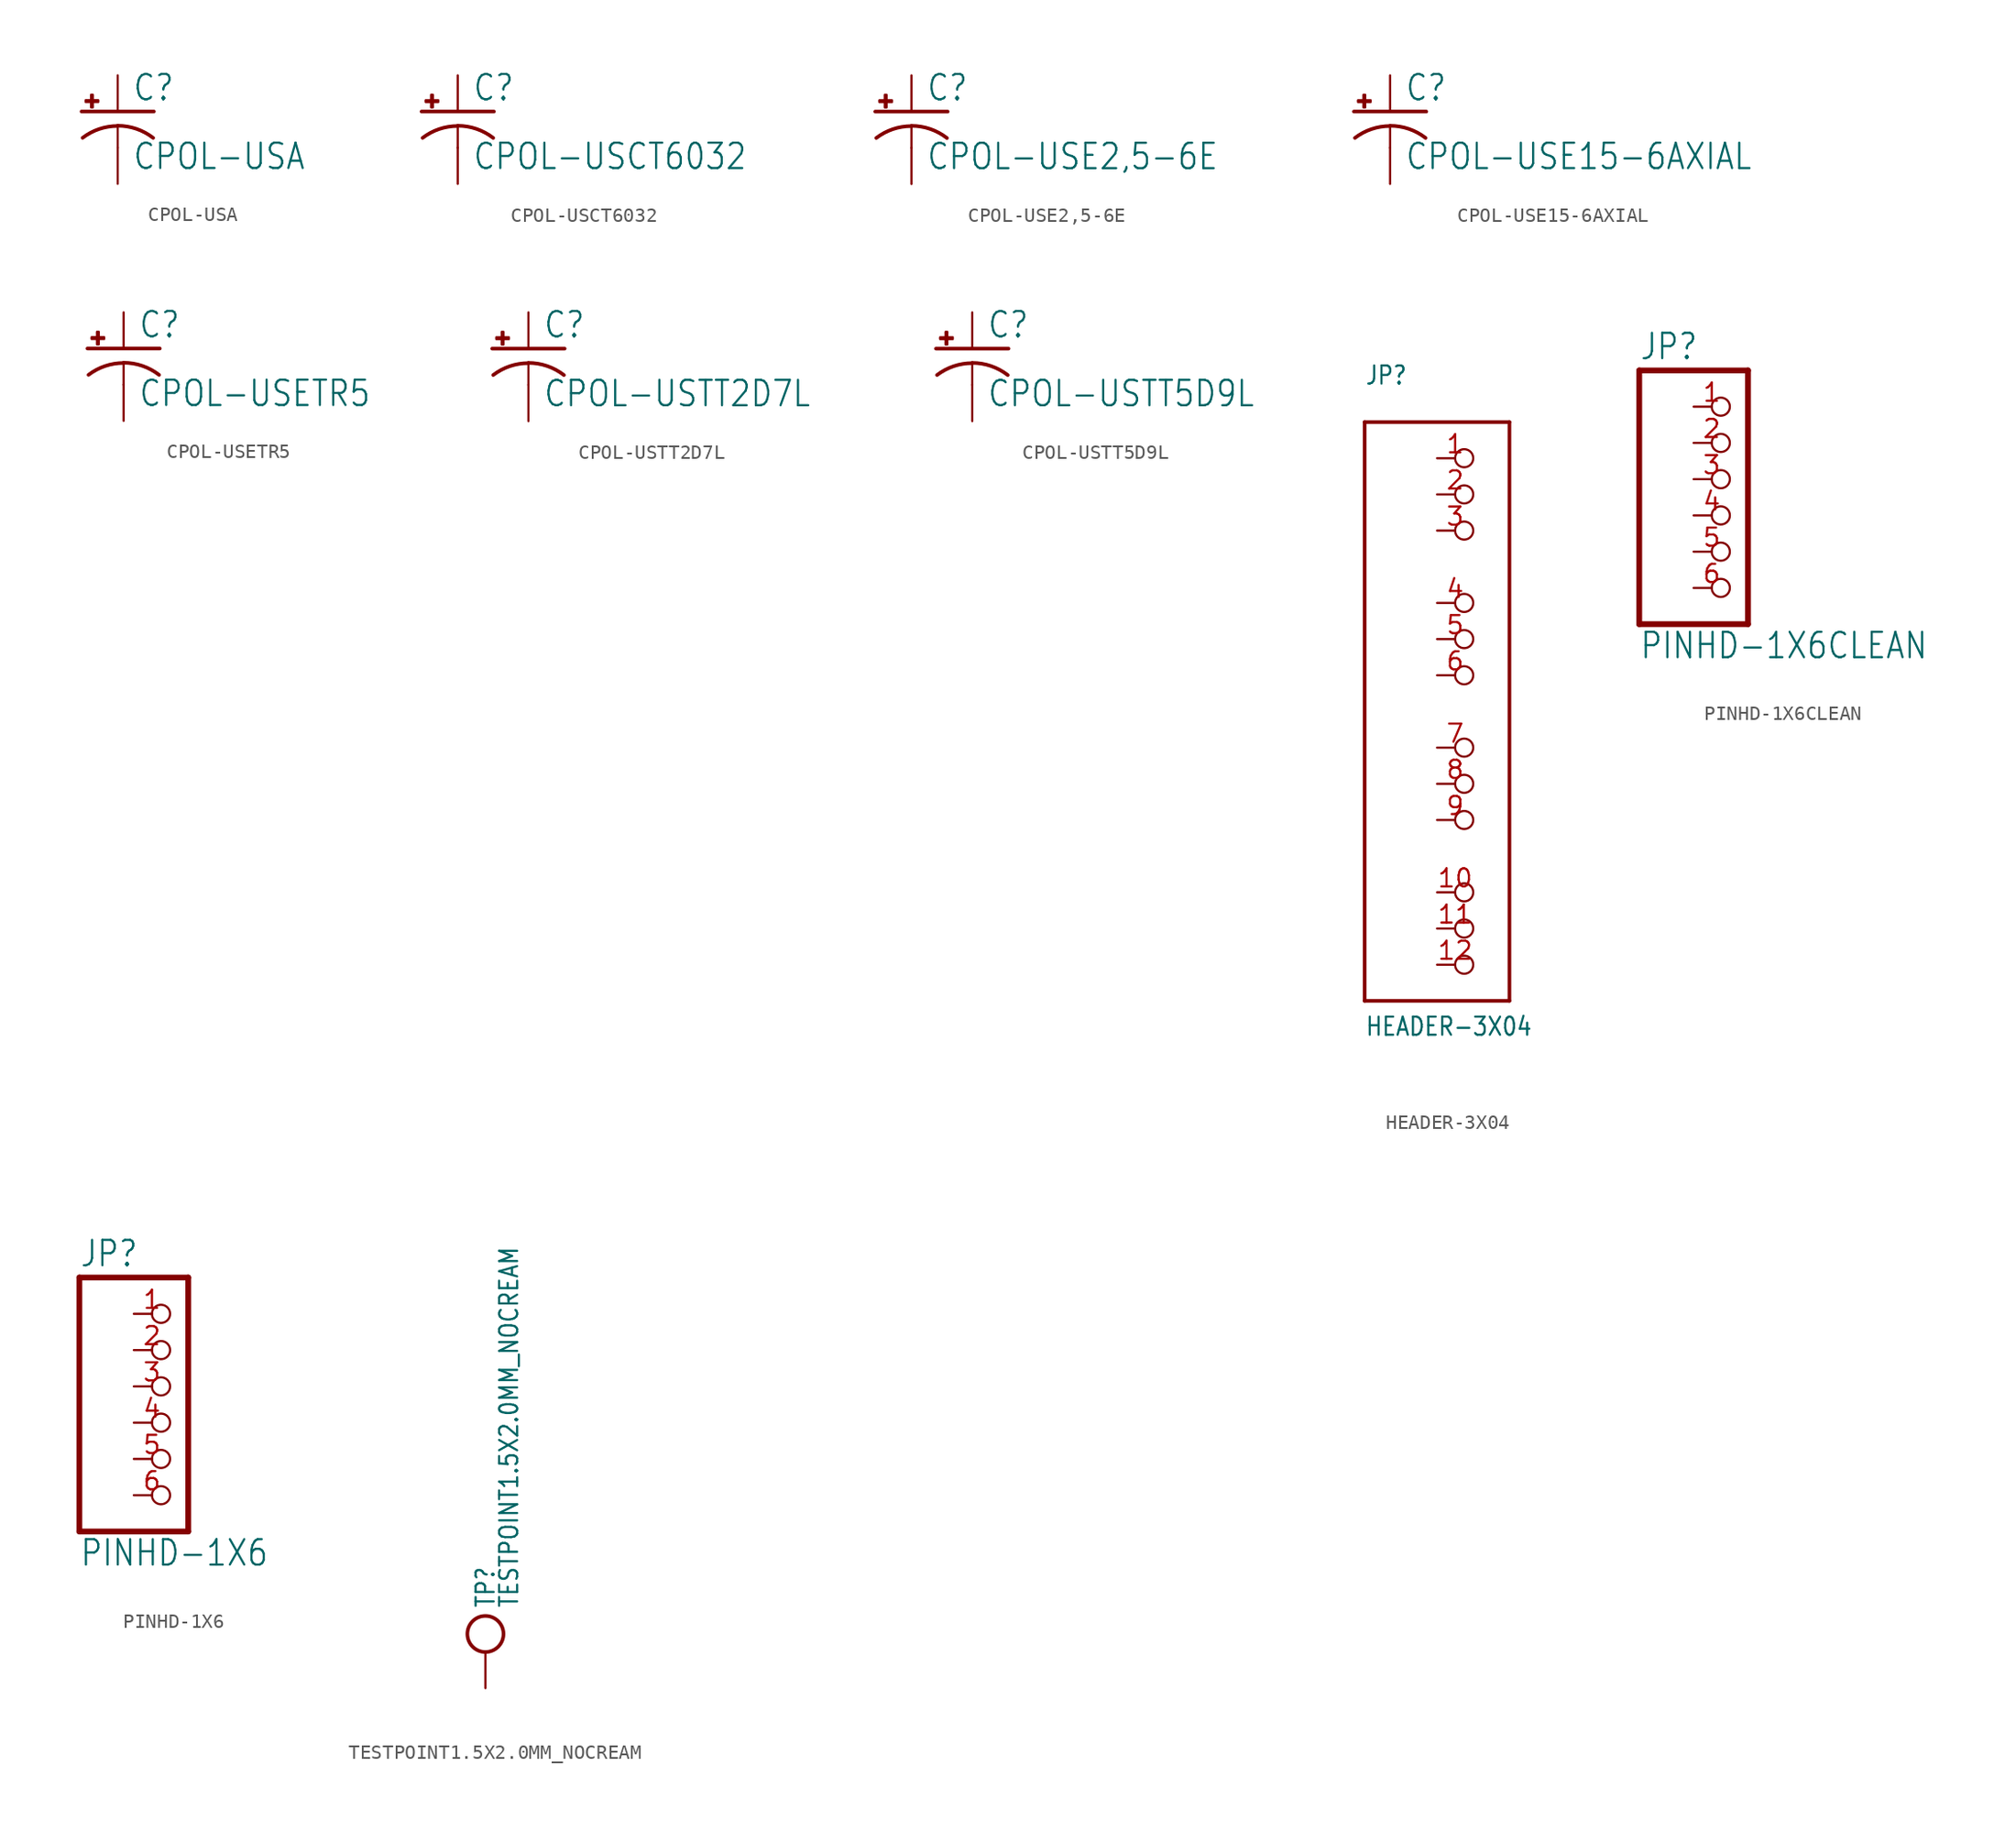
<source format=kicad_sym>
(kicad_symbol_lib
  (version 20211014)
  (generator kicad_symbol_editor)
  (symbol "CPOL-USA"
    (property "Reference" "C"
      (at 1.016 0.635 0)
      (effects (font (size 1.778 1.511)) (justify left bottom)))
    (property "Value" "CPOL-USA"
      (at 1.016 -4.191 0)
      (effects (font (size 1.778 1.511)) (justify left bottom)))
    (property "ki_locked" ""
      (at 0 0 0)
      (effects (font (size 1.27 1.27))))
    (symbol "CPOL-USA_1_0"
      (rectangle (start -2.253 0.668) (end -1.364 0.795) (stroke (width 0) (type default) (color 0 0 0 0)) (fill (type outline)))
      (rectangle (start -1.872 0.287) (end -1.745 1.176) (stroke (width 0) (type default) (color 0 0 0 0)) (fill (type outline)))
      (arc (start 0 -1.0161) (mid -1.3021 -1.2302) (end -2.4669 -1.8504) (stroke (width 0.254) (type default) (color 0 0 0 0)) (fill (type none)))
      (polyline (pts (xy -2.54 0) (xy 2.54 0)) (stroke (width 0.254) (type default) (color 0 0 0 0)) (fill (type none)))
      (polyline (pts (xy 0 -1.016) (xy 0 -2.54)) (stroke (width 0.152) (type default) (color 0 0 0 0)) (fill (type none)))
      (arc (start 2.4892 -1.8542) (mid 1.3158 -1.2195) (end 0 -1) (stroke (width 0.254) (type default) (color 0 0 0 0)) (fill (type none)))
      (pin passive line (at 0 2.54 270) (length 2.54) (name "+" (effects (font (size 0 0)))) (number "+" (effects (font (size 0 0)))))
      (pin passive line (at 0 -5.08 90) (length 2.54) (name "-" (effects (font (size 0 0)))) (number "-" (effects (font (size 0 0)))))))
  (symbol "CPOL-USCT6032"
    (property "Reference" "C"
      (at 1.016 0.635 0)
      (effects (font (size 1.778 1.511)) (justify left bottom)))
    (property "Value" "CPOL-USCT6032"
      (at 1.016 -4.191 0)
      (effects (font (size 1.778 1.511)) (justify left bottom)))
    (property "ki_locked" ""
      (at 0 0 0)
      (effects (font (size 1.27 1.27))))
    (symbol "CPOL-USCT6032_1_0"
      (rectangle (start -2.253 0.668) (end -1.364 0.795) (stroke (width 0) (type default) (color 0 0 0 0)) (fill (type outline)))
      (rectangle (start -1.872 0.287) (end -1.745 1.176) (stroke (width 0) (type default) (color 0 0 0 0)) (fill (type outline)))
      (arc (start 0 -1.0161) (mid -1.3021 -1.2302) (end -2.4669 -1.8504) (stroke (width 0.254) (type default) (color 0 0 0 0)) (fill (type none)))
      (polyline (pts (xy -2.54 0) (xy 2.54 0)) (stroke (width 0.254) (type default) (color 0 0 0 0)) (fill (type none)))
      (polyline (pts (xy 0 -1.016) (xy 0 -2.54)) (stroke (width 0.152) (type default) (color 0 0 0 0)) (fill (type none)))
      (arc (start 2.4892 -1.8542) (mid 1.3158 -1.2195) (end 0 -1) (stroke (width 0.254) (type default) (color 0 0 0 0)) (fill (type none)))
      (pin passive line (at 0 2.54 270) (length 2.54) (name "+" (effects (font (size 0 0)))) (number "+" (effects (font (size 0 0)))))
      (pin passive line (at 0 -5.08 90) (length 2.54) (name "-" (effects (font (size 0 0)))) (number "-" (effects (font (size 0 0)))))))
  (symbol "CPOL-USE2,5-6E"
    (property "Reference" "C"
      (at 1.016 0.635 0)
      (effects (font (size 1.778 1.511)) (justify left bottom)))
    (property "Value" "CPOL-USE2,5-6E"
      (at 1.016 -4.191 0)
      (effects (font (size 1.778 1.511)) (justify left bottom)))
    (property "ki_locked" ""
      (at 0 0 0)
      (effects (font (size 1.27 1.27))))
    (symbol "CPOL-USE2,5-6E_1_0"
      (rectangle (start -2.253 0.668) (end -1.364 0.795) (stroke (width 0) (type default) (color 0 0 0 0)) (fill (type outline)))
      (rectangle (start -1.872 0.287) (end -1.745 1.176) (stroke (width 0) (type default) (color 0 0 0 0)) (fill (type outline)))
      (arc (start 0 -1.0161) (mid -1.3021 -1.2302) (end -2.4669 -1.8504) (stroke (width 0.254) (type default) (color 0 0 0 0)) (fill (type none)))
      (polyline (pts (xy -2.54 0) (xy 2.54 0)) (stroke (width 0.254) (type default) (color 0 0 0 0)) (fill (type none)))
      (polyline (pts (xy 0 -1.016) (xy 0 -2.54)) (stroke (width 0.152) (type default) (color 0 0 0 0)) (fill (type none)))
      (arc (start 2.4892 -1.8542) (mid 1.3158 -1.2195) (end 0 -1) (stroke (width 0.254) (type default) (color 0 0 0 0)) (fill (type none)))
      (pin passive line (at 0 2.54 270) (length 2.54) (name "+" (effects (font (size 0 0)))) (number "+" (effects (font (size 0 0)))))
      (pin passive line (at 0 -5.08 90) (length 2.54) (name "-" (effects (font (size 0 0)))) (number "-" (effects (font (size 0 0)))))))
  (symbol "CPOL-USE15-6AXIAL"
    (property "Reference" "C"
      (at 1.016 0.635 0)
      (effects (font (size 1.778 1.511)) (justify left bottom)))
    (property "Value" "CPOL-USE15-6AXIAL"
      (at 1.016 -4.191 0)
      (effects (font (size 1.778 1.511)) (justify left bottom)))
    (property "ki_locked" ""
      (at 0 0 0)
      (effects (font (size 1.27 1.27))))
    (symbol "CPOL-USE15-6AXIAL_1_0"
      (rectangle (start -2.253 0.668) (end -1.364 0.795) (stroke (width 0) (type default) (color 0 0 0 0)) (fill (type outline)))
      (rectangle (start -1.872 0.287) (end -1.745 1.176) (stroke (width 0) (type default) (color 0 0 0 0)) (fill (type outline)))
      (arc (start 0 -1.0161) (mid -1.3021 -1.2302) (end -2.4669 -1.8504) (stroke (width 0.254) (type default) (color 0 0 0 0)) (fill (type none)))
      (polyline (pts (xy -2.54 0) (xy 2.54 0)) (stroke (width 0.254) (type default) (color 0 0 0 0)) (fill (type none)))
      (polyline (pts (xy 0 -1.016) (xy 0 -2.54)) (stroke (width 0.152) (type default) (color 0 0 0 0)) (fill (type none)))
      (arc (start 2.4892 -1.8542) (mid 1.3158 -1.2195) (end 0 -1) (stroke (width 0.254) (type default) (color 0 0 0 0)) (fill (type none)))
      (pin passive line (at 0 2.54 270) (length 2.54) (name "+" (effects (font (size 0 0)))) (number "+" (effects (font (size 0 0)))))
      (pin passive line (at 0 -5.08 90) (length 2.54) (name "-" (effects (font (size 0 0)))) (number "-" (effects (font (size 0 0)))))))
  (symbol "CPOL-USETR5"
    (property "Reference" "C"
      (at 1.016 0.635 0)
      (effects (font (size 1.778 1.511)) (justify left bottom)))
    (property "Value" "CPOL-USETR5"
      (at 1.016 -4.191 0)
      (effects (font (size 1.778 1.511)) (justify left bottom)))
    (property "ki_locked" ""
      (at 0 0 0)
      (effects (font (size 1.27 1.27))))
    (symbol "CPOL-USETR5_1_0"
      (rectangle (start -2.253 0.668) (end -1.364 0.795) (stroke (width 0) (type default) (color 0 0 0 0)) (fill (type outline)))
      (rectangle (start -1.872 0.287) (end -1.745 1.176) (stroke (width 0) (type default) (color 0 0 0 0)) (fill (type outline)))
      (arc (start 0 -1.0161) (mid -1.3021 -1.2302) (end -2.4669 -1.8504) (stroke (width 0.254) (type default) (color 0 0 0 0)) (fill (type none)))
      (polyline (pts (xy -2.54 0) (xy 2.54 0)) (stroke (width 0.254) (type default) (color 0 0 0 0)) (fill (type none)))
      (polyline (pts (xy 0 -1.016) (xy 0 -2.54)) (stroke (width 0.152) (type default) (color 0 0 0 0)) (fill (type none)))
      (arc (start 2.4892 -1.8542) (mid 1.3158 -1.2195) (end 0 -1) (stroke (width 0.254) (type default) (color 0 0 0 0)) (fill (type none)))
      (pin passive line (at 0 2.54 270) (length 2.54) (name "+" (effects (font (size 0 0)))) (number "+" (effects (font (size 0 0)))))
      (pin passive line (at 0 -5.08 90) (length 2.54) (name "-" (effects (font (size 0 0)))) (number "-" (effects (font (size 0 0)))))))
  (symbol "CPOL-USTT2D7L"
    (property "Reference" "C"
      (at 1.016 0.635 0)
      (effects (font (size 1.778 1.511)) (justify left bottom)))
    (property "Value" "CPOL-USTT2D7L"
      (at 1.016 -4.191 0)
      (effects (font (size 1.778 1.511)) (justify left bottom)))
    (property "ki_locked" ""
      (at 0 0 0)
      (effects (font (size 1.27 1.27))))
    (symbol "CPOL-USTT2D7L_1_0"
      (rectangle (start -2.253 0.668) (end -1.364 0.795) (stroke (width 0) (type default) (color 0 0 0 0)) (fill (type outline)))
      (rectangle (start -1.872 0.287) (end -1.745 1.176) (stroke (width 0) (type default) (color 0 0 0 0)) (fill (type outline)))
      (arc (start 0 -1.0161) (mid -1.3021 -1.2302) (end -2.4669 -1.8504) (stroke (width 0.254) (type default) (color 0 0 0 0)) (fill (type none)))
      (polyline (pts (xy -2.54 0) (xy 2.54 0)) (stroke (width 0.254) (type default) (color 0 0 0 0)) (fill (type none)))
      (polyline (pts (xy 0 -1.016) (xy 0 -2.54)) (stroke (width 0.152) (type default) (color 0 0 0 0)) (fill (type none)))
      (arc (start 2.4892 -1.8542) (mid 1.3158 -1.2195) (end 0 -1) (stroke (width 0.254) (type default) (color 0 0 0 0)) (fill (type none)))
      (pin passive line (at 0 2.54 270) (length 2.54) (name "+" (effects (font (size 0 0)))) (number "+" (effects (font (size 0 0)))))
      (pin passive line (at 0 -5.08 90) (length 2.54) (name "-" (effects (font (size 0 0)))) (number "-" (effects (font (size 0 0)))))))
  (symbol "CPOL-USTT5D9L"
    (property "Reference" "C"
      (at 1.016 0.635 0)
      (effects (font (size 1.778 1.511)) (justify left bottom)))
    (property "Value" "CPOL-USTT5D9L"
      (at 1.016 -4.191 0)
      (effects (font (size 1.778 1.511)) (justify left bottom)))
    (property "ki_locked" ""
      (at 0 0 0)
      (effects (font (size 1.27 1.27))))
    (symbol "CPOL-USTT5D9L_1_0"
      (rectangle (start -2.253 0.668) (end -1.364 0.795) (stroke (width 0) (type default) (color 0 0 0 0)) (fill (type outline)))
      (rectangle (start -1.872 0.287) (end -1.745 1.176) (stroke (width 0) (type default) (color 0 0 0 0)) (fill (type outline)))
      (arc (start 0 -1.0161) (mid -1.3021 -1.2302) (end -2.4669 -1.8504) (stroke (width 0.254) (type default) (color 0 0 0 0)) (fill (type none)))
      (polyline (pts (xy -2.54 0) (xy 2.54 0)) (stroke (width 0.254) (type default) (color 0 0 0 0)) (fill (type none)))
      (polyline (pts (xy 0 -1.016) (xy 0 -2.54)) (stroke (width 0.152) (type default) (color 0 0 0 0)) (fill (type none)))
      (arc (start 2.4892 -1.8542) (mid 1.3158 -1.2195) (end 0 -1) (stroke (width 0.254) (type default) (color 0 0 0 0)) (fill (type none)))
      (pin passive line (at 0 2.54 270) (length 2.54) (name "+" (effects (font (size 0 0)))) (number "+" (effects (font (size 0 0)))))
      (pin passive line (at 0 -5.08 90) (length 2.54) (name "-" (effects (font (size 0 0)))) (number "-" (effects (font (size 0 0)))))))
  (symbol "HEADER-3X04"
    (property "Reference" "JP"
      (at -5.08 22.86 0)
      (effects (font (size 1.27 1.079)) (justify left bottom)))
    (property "Value" "HEADER-3X04"
      (at -5.08 -22.86 0)
      (effects (font (size 1.27 1.079)) (justify left bottom)))
    (property "ki_locked" ""
      (at 0 0 0)
      (effects (font (size 1.27 1.27))))
    (symbol "HEADER-3X04_1_0"
      (polyline (pts (xy -5.08 -20.32) (xy -5.08 20.32)) (stroke (width 0.254) (type default) (color 0 0 0 0)) (fill (type none)))
      (polyline (pts (xy -5.08 20.32) (xy 5.08 20.32)) (stroke (width 0.254) (type default) (color 0 0 0 0)) (fill (type none)))
      (polyline (pts (xy 5.08 -20.32) (xy -5.08 -20.32)) (stroke (width 0.254) (type default) (color 0 0 0 0)) (fill (type none)))
      (polyline (pts (xy 5.08 20.32) (xy 5.08 -20.32)) (stroke (width 0.254) (type default) (color 0 0 0 0)) (fill (type none)))
      (pin passive inverted (at 0 17.78 0) (length 2.54) (name "1" (effects (font (size 0 0)))) (number "1" (effects (font (size 1.27 1.27)))))
      (pin passive inverted (at 0 -12.7 0) (length 2.54) (name "10" (effects (font (size 0 0)))) (number "10" (effects (font (size 1.27 1.27)))))
      (pin passive inverted (at 0 -15.24 0) (length 2.54) (name "11" (effects (font (size 0 0)))) (number "11" (effects (font (size 1.27 1.27)))))
      (pin passive inverted (at 0 -17.78 0) (length 2.54) (name "12" (effects (font (size 0 0)))) (number "12" (effects (font (size 1.27 1.27)))))
      (pin passive inverted (at 0 15.24 0) (length 2.54) (name "2" (effects (font (size 0 0)))) (number "2" (effects (font (size 1.27 1.27)))))
      (pin passive inverted (at 0 12.7 0) (length 2.54) (name "3" (effects (font (size 0 0)))) (number "3" (effects (font (size 1.27 1.27)))))
      (pin passive inverted (at 0 7.62 0) (length 2.54) (name "4" (effects (font (size 0 0)))) (number "4" (effects (font (size 1.27 1.27)))))
      (pin passive inverted (at 0 5.08 0) (length 2.54) (name "5" (effects (font (size 0 0)))) (number "5" (effects (font (size 1.27 1.27)))))
      (pin passive inverted (at 0 2.54 0) (length 2.54) (name "6" (effects (font (size 0 0)))) (number "6" (effects (font (size 1.27 1.27)))))
      (pin passive inverted (at 0 -2.54 0) (length 2.54) (name "7" (effects (font (size 0 0)))) (number "7" (effects (font (size 1.27 1.27)))))
      (pin passive inverted (at 0 -5.08 0) (length 2.54) (name "8" (effects (font (size 0 0)))) (number "8" (effects (font (size 1.27 1.27)))))
      (pin passive inverted (at 0 -7.62 0) (length 2.54) (name "9" (effects (font (size 0 0)))) (number "9" (effects (font (size 1.27 1.27)))))))
  (symbol "PINHD-1X6CLEAN"
    (property "Reference" "JP"
      (at -6.35 10.795 0)
      (effects (font (size 1.778 1.511)) (justify left bottom)))
    (property "Value" "PINHD-1X6CLEAN"
      (at -6.35 -10.16 0)
      (effects (font (size 1.778 1.511)) (justify left bottom)))
    (property "ki_locked" ""
      (at 0 0 0)
      (effects (font (size 1.27 1.27))))
    (symbol "PINHD-1X6CLEAN_1_0"
      (polyline (pts (xy -6.35 -7.62) (xy 1.27 -7.62)) (stroke (width 0.406) (type default) (color 0 0 0 0)) (fill (type none)))
      (polyline (pts (xy -6.35 10.16) (xy -6.35 -7.62)) (stroke (width 0.406) (type default) (color 0 0 0 0)) (fill (type none)))
      (polyline (pts (xy 1.27 -7.62) (xy 1.27 10.16)) (stroke (width 0.406) (type default) (color 0 0 0 0)) (fill (type none)))
      (polyline (pts (xy 1.27 10.16) (xy -6.35 10.16)) (stroke (width 0.406) (type default) (color 0 0 0 0)) (fill (type none)))
      (pin passive inverted (at -2.54 7.62 0) (length 2.54) (name "1" (effects (font (size 0 0)))) (number "1" (effects (font (size 1.27 1.27)))))
      (pin passive inverted (at -2.54 5.08 0) (length 2.54) (name "2" (effects (font (size 0 0)))) (number "2" (effects (font (size 1.27 1.27)))))
      (pin passive inverted (at -2.54 2.54 0) (length 2.54) (name "3" (effects (font (size 0 0)))) (number "3" (effects (font (size 1.27 1.27)))))
      (pin passive inverted (at -2.54 0 0) (length 2.54) (name "4" (effects (font (size 0 0)))) (number "4" (effects (font (size 1.27 1.27)))))
      (pin passive inverted (at -2.54 -2.54 0) (length 2.54) (name "5" (effects (font (size 0 0)))) (number "5" (effects (font (size 1.27 1.27)))))
      (pin passive inverted (at -2.54 -5.08 0) (length 2.54) (name "6" (effects (font (size 0 0)))) (number "6" (effects (font (size 1.27 1.27)))))))
  (symbol "PINHD-1X6"
    (property "Reference" "JP"
      (at -6.35 10.795 0)
      (effects (font (size 1.778 1.511)) (justify left bottom)))
    (property "Value" "PINHD-1X6"
      (at -6.35 -10.16 0)
      (effects (font (size 1.778 1.511)) (justify left bottom)))
    (property "ki_locked" ""
      (at 0 0 0)
      (effects (font (size 1.27 1.27))))
    (symbol "PINHD-1X6_1_0"
      (polyline (pts (xy -6.35 -7.62) (xy 1.27 -7.62)) (stroke (width 0.406) (type default) (color 0 0 0 0)) (fill (type none)))
      (polyline (pts (xy -6.35 10.16) (xy -6.35 -7.62)) (stroke (width 0.406) (type default) (color 0 0 0 0)) (fill (type none)))
      (polyline (pts (xy 1.27 -7.62) (xy 1.27 10.16)) (stroke (width 0.406) (type default) (color 0 0 0 0)) (fill (type none)))
      (polyline (pts (xy 1.27 10.16) (xy -6.35 10.16)) (stroke (width 0.406) (type default) (color 0 0 0 0)) (fill (type none)))
      (pin passive inverted (at -2.54 7.62 0) (length 2.54) (name "1" (effects (font (size 0 0)))) (number "1" (effects (font (size 1.27 1.27)))))
      (pin passive inverted (at -2.54 5.08 0) (length 2.54) (name "2" (effects (font (size 0 0)))) (number "2" (effects (font (size 1.27 1.27)))))
      (pin passive inverted (at -2.54 2.54 0) (length 2.54) (name "3" (effects (font (size 0 0)))) (number "3" (effects (font (size 1.27 1.27)))))
      (pin passive inverted (at -2.54 0 0) (length 2.54) (name "4" (effects (font (size 0 0)))) (number "4" (effects (font (size 1.27 1.27)))))
      (pin passive inverted (at -2.54 -2.54 0) (length 2.54) (name "5" (effects (font (size 0 0)))) (number "5" (effects (font (size 1.27 1.27)))))
      (pin passive inverted (at -2.54 -5.08 0) (length 2.54) (name "6" (effects (font (size 0 0)))) (number "6" (effects (font (size 1.27 1.27)))))))
  (symbol "TESTPOINT1.5X2.0MM_NOCREAM"
    (property "Reference" "TP"
      (at 0 5.588 90)
      (effects (font (size 1.27 1.079)) (justify left)))
    (property "Value" "TESTPOINT1.5X2.0MM_NOCREAM"
      (at 1.651 5.588 90)
      (effects (font (size 1.27 1.079)) (justify left)))
    (property "ki_locked" ""
      (at 0 0 0)
      (effects (font (size 1.27 1.27))))
    (symbol "TESTPOINT1.5X2.0MM_NOCREAM_1_0"
      (circle (center 0 3.81) (radius 1.27) (stroke (width 0.254) (type default) (color 0 0 0 0)) (fill (type none)))
      (pin bidirectional line (at 0 0 90) (length 2.54) (name "P$1" (effects (font (size 0 0)))) (number "P$1" (effects (font (size 0 0))))))))
</source>
